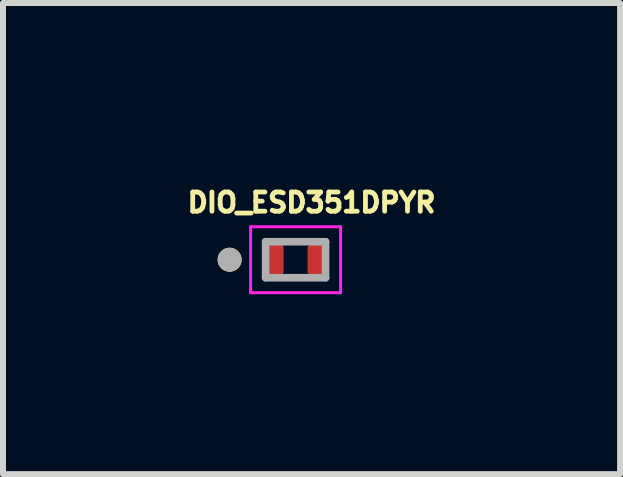
<source format=kicad_pcb>
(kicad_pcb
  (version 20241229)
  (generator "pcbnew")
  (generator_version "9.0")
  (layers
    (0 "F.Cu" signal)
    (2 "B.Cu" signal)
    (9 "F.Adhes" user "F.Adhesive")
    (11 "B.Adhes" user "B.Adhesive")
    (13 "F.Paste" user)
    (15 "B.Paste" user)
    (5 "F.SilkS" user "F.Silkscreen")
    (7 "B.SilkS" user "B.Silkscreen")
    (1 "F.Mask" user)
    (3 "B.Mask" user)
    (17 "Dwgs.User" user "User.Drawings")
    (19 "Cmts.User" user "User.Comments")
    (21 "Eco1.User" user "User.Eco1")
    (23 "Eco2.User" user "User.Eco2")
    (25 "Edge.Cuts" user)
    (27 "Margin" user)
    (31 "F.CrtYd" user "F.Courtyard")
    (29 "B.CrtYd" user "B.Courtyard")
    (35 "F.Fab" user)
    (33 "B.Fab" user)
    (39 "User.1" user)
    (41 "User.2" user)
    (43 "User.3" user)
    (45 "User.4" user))
  (footprint "DIO_ESD351DPYR"
    (layer "F.Cu")
    (at 1.879 1.281)
    (property "Reference" "DIO_ESD351DPYR" (at 0.266 -0.953 0) (layer "F.SilkS") (effects (font (size 0.32 0.32) (thickness 0.15))))
    (attr smd)
    (fp_poly (pts (xy -0.5 -0.32) (xy -0.2 -0.32) (xy -0.196 -0.32) (xy -0.193 -0.32) (xy -0.189 -0.319) (xy -0.185 -0.318) (xy -0.182 -0.318) (xy -0.178 -0.317) (xy -0.175 -0.315) (xy -0.172 -0.314) (xy -0.168 -0.312) (xy -0.165 -0.311) (xy -0.162 -0.309) (xy -0.159 -0.307) (xy -0.156 -0.304) (xy -0.153 -0.302) (xy -0.151 -0.299) (xy -0.148 -0.297) (xy -0.146 -0.294) (xy -0.143 -0.291) (xy -0.141 -0.288) (xy -0.139 -0.285) (xy -0.138 -0.282) (xy -0.136 -0.278) (xy -0.135 -0.275) (xy -0.133 -0.272) (xy -0.132 -0.268) (xy -0.132 -0.265) (xy -0.131 -0.261) (xy -0.13 -0.257) (xy -0.13 -0.254) (xy -0.13 -0.25) (xy -0.13 0.25) (xy -0.13 0.254) (xy -0.13 0.257) (xy -0.131 0.261) (xy -0.132 0.265) (xy -0.132 0.268) (xy -0.133 0.272) (xy -0.135 0.275) (xy -0.136 0.278) (xy -0.138 0.282) (xy -0.139 0.285) (xy -0.141 0.288) (xy -0.143 0.291) (xy -0.146 0.294) (xy -0.148 0.297) (xy -0.151 0.299) (xy -0.153 0.302) (xy -0.156 0.304) (xy -0.159 0.307) (xy -0.162 0.309) (xy -0.165 0.311) (xy -0.168 0.312) (xy -0.172 0.314) (xy -0.175 0.315) (xy -0.178 0.317) (xy -0.182 0.318) (xy -0.185 0.318) (xy -0.189 0.319) (xy -0.193 0.32) (xy -0.196 0.32) (xy -0.2 0.32) (xy -0.5 0.32) (xy -0.504 0.32) (xy -0.507 0.32) (xy -0.511 0.319) (xy -0.515 0.318) (xy -0.518 0.318) (xy -0.522 0.317) (xy -0.525 0.315) (xy -0.528 0.314) (xy -0.532 0.312) (xy -0.535 0.311) (xy -0.538 0.309) (xy -0.541 0.307) (xy -0.544 0.304) (xy -0.547 0.302) (xy -0.549 0.299) (xy -0.552 0.297) (xy -0.554 0.294) (xy -0.557 0.291) (xy -0.559 0.288) (xy -0.561 0.285) (xy -0.562 0.282) (xy -0.564 0.278) (xy -0.565 0.275) (xy -0.567 0.272) (xy -0.568 0.268) (xy -0.568 0.265) (xy -0.569 0.261) (xy -0.57 0.257) (xy -0.57 0.254) (xy -0.57 0.25) (xy -0.57 -0.25) (xy -0.57 -0.254) (xy -0.57 -0.257) (xy -0.569 -0.261) (xy -0.568 -0.265) (xy -0.568 -0.268) (xy -0.567 -0.272) (xy -0.565 -0.275) (xy -0.564 -0.278) (xy -0.562 -0.282) (xy -0.561 -0.285) (xy -0.559 -0.288) (xy -0.557 -0.291) (xy -0.554 -0.294) (xy -0.552 -0.297) (xy -0.549 -0.299) (xy -0.547 -0.302) (xy -0.544 -0.304) (xy -0.541 -0.307) (xy -0.538 -0.309) (xy -0.535 -0.311) (xy -0.532 -0.312) (xy -0.528 -0.314) (xy -0.525 -0.315) (xy -0.522 -0.317) (xy -0.518 -0.318) (xy -0.515 -0.318) (xy -0.511 -0.319) (xy -0.507 -0.32) (xy -0.504 -0.32) (xy -0.5 -0.32)) (stroke (width 0.01) (type solid)) (fill yes) (layer "F.Mask"))
    (fp_poly (pts (xy 0.2 -0.32) (xy 0.5 -0.32) (xy 0.504 -0.32) (xy 0.507 -0.32) (xy 0.511 -0.319) (xy 0.515 -0.318) (xy 0.518 -0.318) (xy 0.522 -0.317) (xy 0.525 -0.315) (xy 0.528 -0.314) (xy 0.532 -0.312) (xy 0.535 -0.311) (xy 0.538 -0.309) (xy 0.541 -0.307) (xy 0.544 -0.304) (xy 0.547 -0.302) (xy 0.549 -0.299) (xy 0.552 -0.297) (xy 0.554 -0.294) (xy 0.557 -0.291) (xy 0.559 -0.288) (xy 0.561 -0.285) (xy 0.562 -0.282) (xy 0.564 -0.278) (xy 0.565 -0.275) (xy 0.567 -0.272) (xy 0.568 -0.268) (xy 0.568 -0.265) (xy 0.569 -0.261) (xy 0.57 -0.257) (xy 0.57 -0.254) (xy 0.57 -0.25) (xy 0.57 0.25) (xy 0.57 0.254) (xy 0.57 0.257) (xy 0.569 0.261) (xy 0.568 0.265) (xy 0.568 0.268) (xy 0.567 0.272) (xy 0.565 0.275) (xy 0.564 0.278) (xy 0.562 0.282) (xy 0.561 0.285) (xy 0.559 0.288) (xy 0.557 0.291) (xy 0.554 0.294) (xy 0.552 0.297) (xy 0.549 0.299) (xy 0.547 0.302) (xy 0.544 0.304) (xy 0.541 0.307) (xy 0.538 0.309) (xy 0.535 0.311) (xy 0.532 0.312) (xy 0.528 0.314) (xy 0.525 0.315) (xy 0.522 0.317) (xy 0.518 0.318) (xy 0.515 0.318) (xy 0.511 0.319) (xy 0.507 0.32) (xy 0.504 0.32) (xy 0.5 0.32) (xy 0.2 0.32) (xy 0.196 0.32) (xy 0.193 0.32) (xy 0.189 0.319) (xy 0.185 0.318) (xy 0.182 0.318) (xy 0.178 0.317) (xy 0.175 0.315) (xy 0.172 0.314) (xy 0.168 0.312) (xy 0.165 0.311) (xy 0.162 0.309) (xy 0.159 0.307) (xy 0.156 0.304) (xy 0.153 0.302) (xy 0.151 0.299) (xy 0.148 0.297) (xy 0.146 0.294) (xy 0.143 0.291) (xy 0.141 0.288) (xy 0.139 0.285) (xy 0.138 0.282) (xy 0.136 0.278) (xy 0.135 0.275) (xy 0.133 0.272) (xy 0.132 0.268) (xy 0.132 0.265) (xy 0.131 0.261) (xy 0.13 0.257) (xy 0.13 0.254) (xy 0.13 0.25) (xy 0.13 -0.25) (xy 0.13 -0.254) (xy 0.13 -0.257) (xy 0.131 -0.261) (xy 0.132 -0.265) (xy 0.132 -0.268) (xy 0.133 -0.272) (xy 0.135 -0.275) (xy 0.136 -0.278) (xy 0.138 -0.282) (xy 0.139 -0.285) (xy 0.141 -0.288) (xy 0.143 -0.291) (xy 0.146 -0.294) (xy 0.148 -0.297) (xy 0.151 -0.299) (xy 0.153 -0.302) (xy 0.156 -0.304) (xy 0.159 -0.307) (xy 0.162 -0.309) (xy 0.165 -0.311) (xy 0.168 -0.312) (xy 0.172 -0.314) (xy 0.175 -0.315) (xy 0.178 -0.317) (xy 0.182 -0.318) (xy 0.185 -0.318) (xy 0.189 -0.319) (xy 0.193 -0.32) (xy 0.196 -0.32) (xy 0.2 -0.32)) (stroke (width 0.01) (type solid)) (fill yes) (layer "F.Mask"))
    (fp_circle (center -1.1 0) (end -1 0) (stroke (width 0.2) (type solid)) (fill no) (layer "F.SilkS"))
    (fp_line (start -0.75 -0.55) (end -0.75 0.55) (stroke (width 0.05) (type solid)) (layer "F.CrtYd"))
    (fp_line (start -0.75 0.55) (end 0.75 0.55) (stroke (width 0.05) (type solid)) (layer "F.CrtYd"))
    (fp_line (start 0.75 -0.55) (end -0.75 -0.55) (stroke (width 0.05) (type solid)) (layer "F.CrtYd"))
    (fp_line (start 0.75 0.55) (end 0.75 -0.55) (stroke (width 0.05) (type solid)) (layer "F.CrtYd"))
    (fp_line (start -0.5 -0.3) (end -0.5 0.3) (stroke (width 0.127) (type solid)) (layer "F.Fab"))
    (fp_line (start -0.5 0.3) (end 0.5 0.3) (stroke (width 0.127) (type solid)) (layer "F.Fab"))
    (fp_line (start 0.5 -0.3) (end -0.5 -0.3) (stroke (width 0.127) (type solid)) (layer "F.Fab"))
    (fp_line (start 0.5 0.3) (end 0.5 -0.3) (stroke (width 0.127) (type solid)) (layer "F.Fab"))
    (fp_circle (center -1.1 0) (end -1 0) (stroke (width 0.2) (type solid)) (fill no) (layer "F.Fab"))
    (pad "1" smd roundrect (at -0.35 0) (size 0.3 0.5) (layers "F.Cu" "F.Paste") (roundrect_rratio 0.175))
    (pad "2" smd roundrect (at 0.35 0) (size 0.3 0.5) (layers "F.Cu" "F.Paste") (roundrect_rratio 0.175)))
  (gr_rect
    (start -3 -3)
    (end 7.29 4.856)
    (stroke (width 0.1) (type default))
    (fill no)
    (layer "Edge.Cuts")))
</source>
